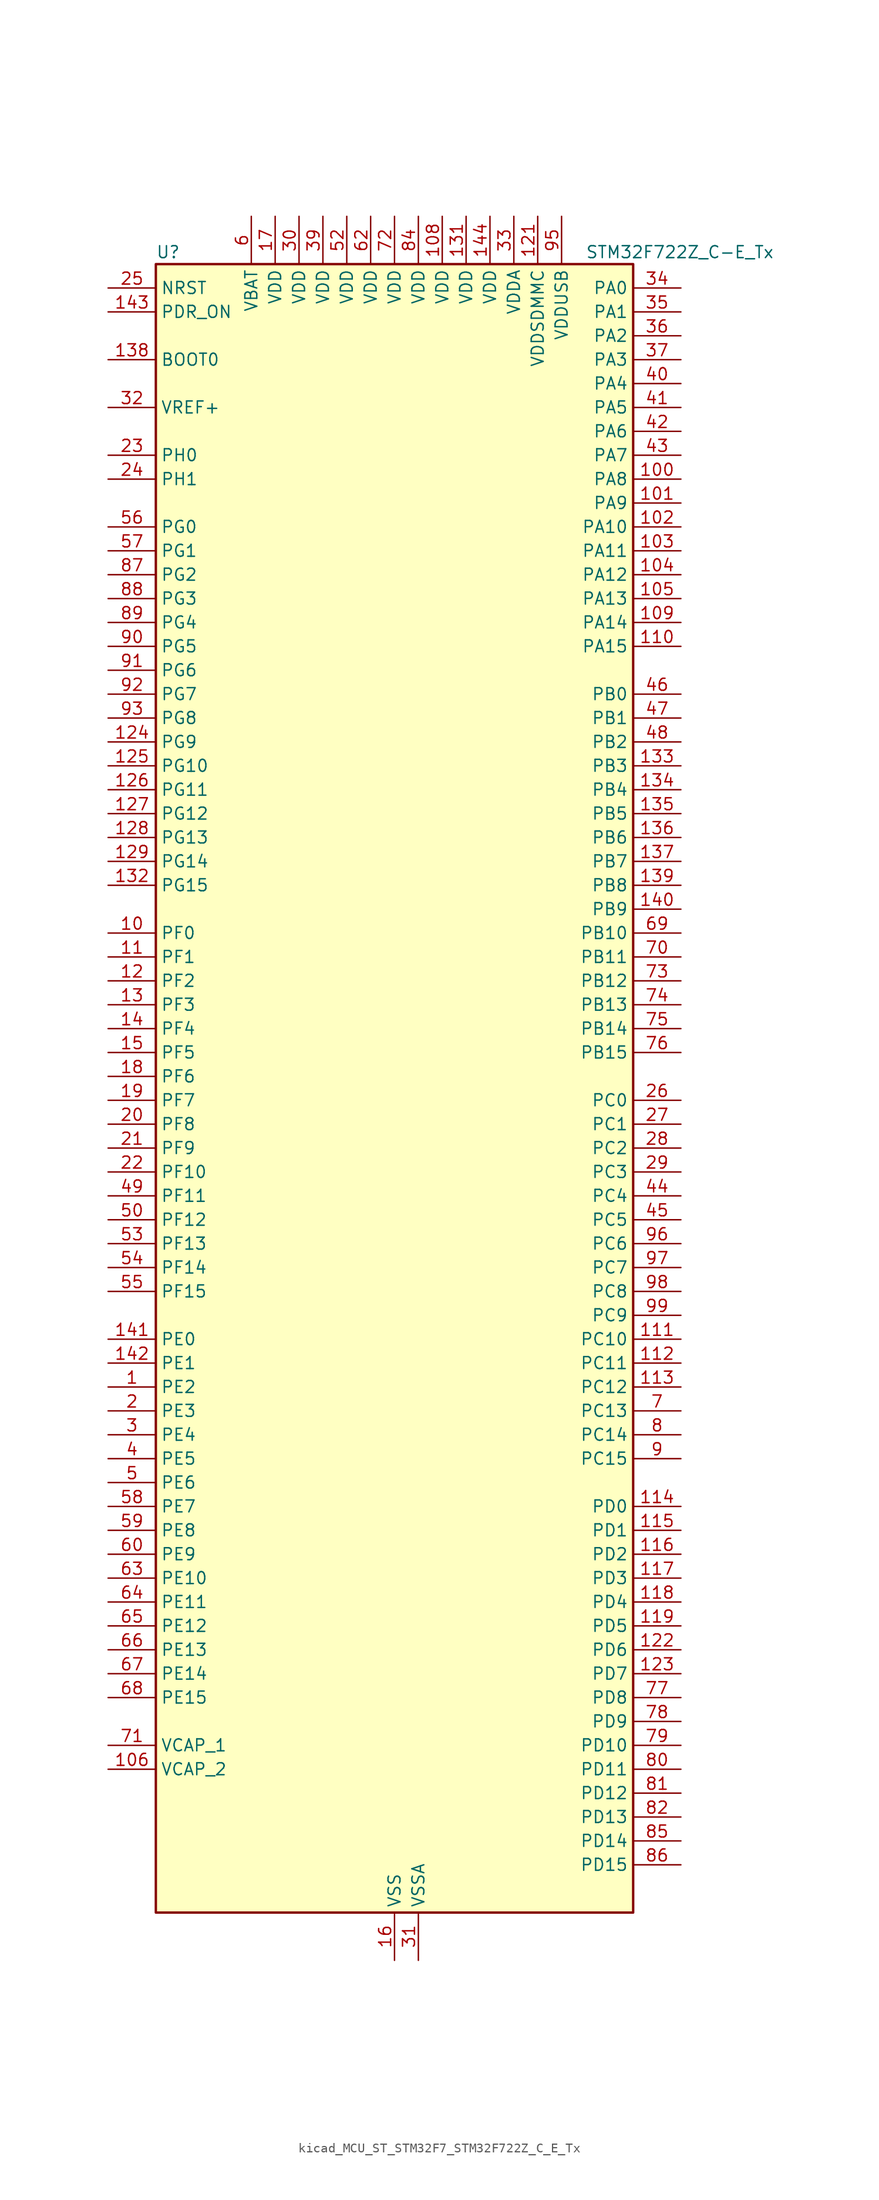
<source format=kicad_sym>
(kicad_symbol_lib
  (version 20220914)
  (generator kicad_symbol_editor)
  (symbol "kicad_MCU_ST_STM32F7_STM32F722Z_C_E_Tx"
    (property "Reference" "U"
      (at -25.4 90.17 0)
      (effects (font (size 1.27 1.27)) (justify left)))
    (property "Value" "STM32F722Z_C-E_Tx"
      (at 20.32 90.17 0)
      (effects (font (size 1.27 1.27)) (justify left)))
    (property "ki_locked" ""
      (at 0 0 0)
      (effects (font (size 1.27 1.27))))
    (symbol "kicad_MCU_ST_STM32F7_STM32F722Z_C_E_Tx_0_1"
      (rectangle (start -25.4 -86.36) (end 25.4 88.9) (stroke (width 0.254) (type default)) (fill (type background))))
    (symbol "kicad_MCU_ST_STM32F7_STM32F722Z_C_E_Tx_1_1"
      (pin bidirectional line (at -30.48 -30.48 0) (length 5.08) (name "PE2" (effects (font (size 1.27 1.27)))) (number "1" (effects (font (size 1.27 1.27)))) (alternate "FMC_A23" bidirectional line) (alternate "QUADSPI_BK1_IO2" bidirectional line) (alternate "SAI1_MCLK_A" bidirectional line) (alternate "SPI4_SCK" bidirectional line) (alternate "SYS_TRACECLK" bidirectional line))
      (pin bidirectional line (at -30.48 17.78 0) (length 5.08) (name "PF0" (effects (font (size 1.27 1.27)))) (number "10" (effects (font (size 1.27 1.27)))) (alternate "FMC_A0" bidirectional line) (alternate "I2C2_SDA" bidirectional line))
      (pin bidirectional line (at 30.48 66.04 180) (length 5.08) (name "PA8" (effects (font (size 1.27 1.27)))) (number "100" (effects (font (size 1.27 1.27)))) (alternate "I2C3_SCL" bidirectional line) (alternate "RCC_MCO_1" bidirectional line) (alternate "TIM1_CH1" bidirectional line) (alternate "TIM8_BKIN2" bidirectional line) (alternate "USART1_CK" bidirectional line) (alternate "USB_OTG_FS_SOF" bidirectional line))
      (pin bidirectional line (at 30.48 63.5 180) (length 5.08) (name "PA9" (effects (font (size 1.27 1.27)))) (number "101" (effects (font (size 1.27 1.27)))) (alternate "DAC_EXTI9" bidirectional line) (alternate "I2C3_SMBA" bidirectional line) (alternate "I2S2_CK" bidirectional line) (alternate "SPI2_SCK" bidirectional line) (alternate "TIM1_CH2" bidirectional line) (alternate "USART1_TX" bidirectional line) (alternate "USB_OTG_FS_VBUS" bidirectional line))
      (pin bidirectional line (at 30.48 60.96 180) (length 5.08) (name "PA10" (effects (font (size 1.27 1.27)))) (number "102" (effects (font (size 1.27 1.27)))) (alternate "TIM1_CH3" bidirectional line) (alternate "USART1_RX" bidirectional line) (alternate "USB_OTG_FS_ID" bidirectional line))
      (pin bidirectional line (at 30.48 58.42 180) (length 5.08) (name "PA11" (effects (font (size 1.27 1.27)))) (number "103" (effects (font (size 1.27 1.27)))) (alternate "ADC1_EXTI11" bidirectional line) (alternate "ADC2_EXTI11" bidirectional line) (alternate "ADC3_EXTI11" bidirectional line) (alternate "CAN1_RX" bidirectional line) (alternate "TIM1_CH4" bidirectional line) (alternate "USART1_CTS" bidirectional line) (alternate "USB_OTG_FS_DM" bidirectional line))
      (pin bidirectional line (at 30.48 55.88 180) (length 5.08) (name "PA12" (effects (font (size 1.27 1.27)))) (number "104" (effects (font (size 1.27 1.27)))) (alternate "CAN1_TX" bidirectional line) (alternate "SAI2_FS_B" bidirectional line) (alternate "TIM1_ETR" bidirectional line) (alternate "USART1_DE" bidirectional line) (alternate "USART1_RTS" bidirectional line) (alternate "USB_OTG_FS_DP" bidirectional line))
      (pin bidirectional line (at 30.48 53.34 180) (length 5.08) (name "PA13" (effects (font (size 1.27 1.27)))) (number "105" (effects (font (size 1.27 1.27)))) (alternate "SYS_JTMS-SWDIO" bidirectional line))
      (pin power_out line (at -30.48 -71.12 0) (length 5.08) (name "VCAP_2" (effects (font (size 1.27 1.27)))) (number "106" (effects (font (size 1.27 1.27)))))
      (pin passive line (at 0 -91.44 90) (length 5.08) hide (name "VSS" (effects (font (size 1.27 1.27)))) (number "107" (effects (font (size 1.27 1.27)))))
      (pin power_in line (at 5.08 93.98 270) (length 5.08) (name "VDD" (effects (font (size 1.27 1.27)))) (number "108" (effects (font (size 1.27 1.27)))))
      (pin bidirectional line (at 30.48 50.8 180) (length 5.08) (name "PA14" (effects (font (size 1.27 1.27)))) (number "109" (effects (font (size 1.27 1.27)))) (alternate "SYS_JTCK-SWCLK" bidirectional line))
      (pin bidirectional line (at -30.48 15.24 0) (length 5.08) (name "PF1" (effects (font (size 1.27 1.27)))) (number "11" (effects (font (size 1.27 1.27)))) (alternate "FMC_A1" bidirectional line) (alternate "I2C2_SCL" bidirectional line))
      (pin bidirectional line (at 30.48 48.26 180) (length 5.08) (name "PA15" (effects (font (size 1.27 1.27)))) (number "110" (effects (font (size 1.27 1.27)))) (alternate "I2S1_WS" bidirectional line) (alternate "I2S3_WS" bidirectional line) (alternate "SPI1_NSS" bidirectional line) (alternate "SPI3_NSS" bidirectional line) (alternate "SYS_JTDI" bidirectional line) (alternate "TIM2_CH1" bidirectional line) (alternate "TIM2_ETR" bidirectional line) (alternate "UART4_DE" bidirectional line) (alternate "UART4_RTS" bidirectional line))
      (pin bidirectional line (at 30.48 -25.4 180) (length 5.08) (name "PC10" (effects (font (size 1.27 1.27)))) (number "111" (effects (font (size 1.27 1.27)))) (alternate "I2S3_CK" bidirectional line) (alternate "QUADSPI_BK1_IO1" bidirectional line) (alternate "SDMMC1_D2" bidirectional line) (alternate "SPI3_SCK" bidirectional line) (alternate "UART4_TX" bidirectional line) (alternate "USART3_TX" bidirectional line))
      (pin bidirectional line (at 30.48 -27.94 180) (length 5.08) (name "PC11" (effects (font (size 1.27 1.27)))) (number "112" (effects (font (size 1.27 1.27)))) (alternate "ADC1_EXTI11" bidirectional line) (alternate "ADC2_EXTI11" bidirectional line) (alternate "ADC3_EXTI11" bidirectional line) (alternate "QUADSPI_BK2_NCS" bidirectional line) (alternate "SDMMC1_D3" bidirectional line) (alternate "SPI3_MISO" bidirectional line) (alternate "UART4_RX" bidirectional line) (alternate "USART3_RX" bidirectional line))
      (pin bidirectional line (at 30.48 -30.48 180) (length 5.08) (name "PC12" (effects (font (size 1.27 1.27)))) (number "113" (effects (font (size 1.27 1.27)))) (alternate "I2S3_SD" bidirectional line) (alternate "SDMMC1_CK" bidirectional line) (alternate "SPI3_MOSI" bidirectional line) (alternate "SYS_TRACED3" bidirectional line) (alternate "UART5_TX" bidirectional line) (alternate "USART3_CK" bidirectional line))
      (pin bidirectional line (at 30.48 -43.18 180) (length 5.08) (name "PD0" (effects (font (size 1.27 1.27)))) (number "114" (effects (font (size 1.27 1.27)))) (alternate "CAN1_RX" bidirectional line) (alternate "FMC_D2" bidirectional line) (alternate "FMC_DA2" bidirectional line))
      (pin bidirectional line (at 30.48 -45.72 180) (length 5.08) (name "PD1" (effects (font (size 1.27 1.27)))) (number "115" (effects (font (size 1.27 1.27)))) (alternate "CAN1_TX" bidirectional line) (alternate "FMC_D3" bidirectional line) (alternate "FMC_DA3" bidirectional line))
      (pin bidirectional line (at 30.48 -48.26 180) (length 5.08) (name "PD2" (effects (font (size 1.27 1.27)))) (number "116" (effects (font (size 1.27 1.27)))) (alternate "SDMMC1_CMD" bidirectional line) (alternate "SYS_TRACED2" bidirectional line) (alternate "TIM3_ETR" bidirectional line) (alternate "UART5_RX" bidirectional line))
      (pin bidirectional line (at 30.48 -50.8 180) (length 5.08) (name "PD3" (effects (font (size 1.27 1.27)))) (number "117" (effects (font (size 1.27 1.27)))) (alternate "FMC_CLK" bidirectional line) (alternate "I2S2_CK" bidirectional line) (alternate "SPI2_SCK" bidirectional line) (alternate "USART2_CTS" bidirectional line))
      (pin bidirectional line (at 30.48 -53.34 180) (length 5.08) (name "PD4" (effects (font (size 1.27 1.27)))) (number "118" (effects (font (size 1.27 1.27)))) (alternate "FMC_NOE" bidirectional line) (alternate "USART2_DE" bidirectional line) (alternate "USART2_RTS" bidirectional line))
      (pin bidirectional line (at 30.48 -55.88 180) (length 5.08) (name "PD5" (effects (font (size 1.27 1.27)))) (number "119" (effects (font (size 1.27 1.27)))) (alternate "FMC_NWE" bidirectional line) (alternate "USART2_TX" bidirectional line))
      (pin bidirectional line (at -30.48 12.7 0) (length 5.08) (name "PF2" (effects (font (size 1.27 1.27)))) (number "12" (effects (font (size 1.27 1.27)))) (alternate "FMC_A2" bidirectional line) (alternate "I2C2_SMBA" bidirectional line))
      (pin passive line (at 0 -91.44 90) (length 5.08) hide (name "VSS" (effects (font (size 1.27 1.27)))) (number "120" (effects (font (size 1.27 1.27)))))
      (pin power_in line (at 15.24 93.98 270) (length 5.08) (name "VDDSDMMC" (effects (font (size 1.27 1.27)))) (number "121" (effects (font (size 1.27 1.27)))))
      (pin bidirectional line (at 30.48 -58.42 180) (length 5.08) (name "PD6" (effects (font (size 1.27 1.27)))) (number "122" (effects (font (size 1.27 1.27)))) (alternate "FMC_NWAIT" bidirectional line) (alternate "I2S3_SD" bidirectional line) (alternate "SAI1_SD_A" bidirectional line) (alternate "SDMMC2_CK" bidirectional line) (alternate "SPI3_MOSI" bidirectional line) (alternate "USART2_RX" bidirectional line))
      (pin bidirectional line (at 30.48 -60.96 180) (length 5.08) (name "PD7" (effects (font (size 1.27 1.27)))) (number "123" (effects (font (size 1.27 1.27)))) (alternate "FMC_NE1" bidirectional line) (alternate "SDMMC2_CMD" bidirectional line) (alternate "USART2_CK" bidirectional line))
      (pin bidirectional line (at -30.48 38.1 0) (length 5.08) (name "PG9" (effects (font (size 1.27 1.27)))) (number "124" (effects (font (size 1.27 1.27)))) (alternate "DAC_EXTI9" bidirectional line) (alternate "FMC_NCE" bidirectional line) (alternate "FMC_NE2" bidirectional line) (alternate "QUADSPI_BK2_IO2" bidirectional line) (alternate "SAI2_FS_B" bidirectional line) (alternate "SDMMC2_D0" bidirectional line) (alternate "USART6_RX" bidirectional line))
      (pin bidirectional line (at -30.48 35.56 0) (length 5.08) (name "PG10" (effects (font (size 1.27 1.27)))) (number "125" (effects (font (size 1.27 1.27)))) (alternate "FMC_NE3" bidirectional line) (alternate "SAI2_SD_B" bidirectional line) (alternate "SDMMC2_D1" bidirectional line))
      (pin bidirectional line (at -30.48 33.02 0) (length 5.08) (name "PG11" (effects (font (size 1.27 1.27)))) (number "126" (effects (font (size 1.27 1.27)))) (alternate "ADC1_EXTI11" bidirectional line) (alternate "ADC2_EXTI11" bidirectional line) (alternate "ADC3_EXTI11" bidirectional line) (alternate "FMC_INT" bidirectional line) (alternate "SDMMC2_D2" bidirectional line))
      (pin bidirectional line (at -30.48 30.48 0) (length 5.08) (name "PG12" (effects (font (size 1.27 1.27)))) (number "127" (effects (font (size 1.27 1.27)))) (alternate "FMC_NE4" bidirectional line) (alternate "LPTIM1_IN1" bidirectional line) (alternate "SDMMC2_D3" bidirectional line) (alternate "USART6_DE" bidirectional line) (alternate "USART6_RTS" bidirectional line))
      (pin bidirectional line (at -30.48 27.94 0) (length 5.08) (name "PG13" (effects (font (size 1.27 1.27)))) (number "128" (effects (font (size 1.27 1.27)))) (alternate "FMC_A24" bidirectional line) (alternate "LPTIM1_OUT" bidirectional line) (alternate "SYS_TRACED0" bidirectional line) (alternate "USART6_CTS" bidirectional line))
      (pin bidirectional line (at -30.48 25.4 0) (length 5.08) (name "PG14" (effects (font (size 1.27 1.27)))) (number "129" (effects (font (size 1.27 1.27)))) (alternate "FMC_A25" bidirectional line) (alternate "LPTIM1_ETR" bidirectional line) (alternate "QUADSPI_BK2_IO3" bidirectional line) (alternate "SYS_TRACED1" bidirectional line) (alternate "USART6_TX" bidirectional line))
      (pin bidirectional line (at -30.48 10.16 0) (length 5.08) (name "PF3" (effects (font (size 1.27 1.27)))) (number "13" (effects (font (size 1.27 1.27)))) (alternate "ADC3_IN9" bidirectional line) (alternate "FMC_A3" bidirectional line))
      (pin passive line (at 0 -91.44 90) (length 5.08) hide (name "VSS" (effects (font (size 1.27 1.27)))) (number "130" (effects (font (size 1.27 1.27)))))
      (pin power_in line (at 7.62 93.98 270) (length 5.08) (name "VDD" (effects (font (size 1.27 1.27)))) (number "131" (effects (font (size 1.27 1.27)))))
      (pin bidirectional line (at -30.48 22.86 0) (length 5.08) (name "PG15" (effects (font (size 1.27 1.27)))) (number "132" (effects (font (size 1.27 1.27)))) (alternate "FMC_SDNCAS" bidirectional line) (alternate "USART6_CTS" bidirectional line))
      (pin bidirectional line (at 30.48 35.56 180) (length 5.08) (name "PB3" (effects (font (size 1.27 1.27)))) (number "133" (effects (font (size 1.27 1.27)))) (alternate "I2S1_CK" bidirectional line) (alternate "I2S3_CK" bidirectional line) (alternate "SDMMC2_D2" bidirectional line) (alternate "SPI1_SCK" bidirectional line) (alternate "SPI3_SCK" bidirectional line) (alternate "SYS_JTDO-SWO" bidirectional line) (alternate "TIM2_CH2" bidirectional line))
      (pin bidirectional line (at 30.48 33.02 180) (length 5.08) (name "PB4" (effects (font (size 1.27 1.27)))) (number "134" (effects (font (size 1.27 1.27)))) (alternate "I2S2_WS" bidirectional line) (alternate "SDMMC2_D3" bidirectional line) (alternate "SPI1_MISO" bidirectional line) (alternate "SPI2_NSS" bidirectional line) (alternate "SPI3_MISO" bidirectional line) (alternate "SYS_JTRST" bidirectional line) (alternate "TIM3_CH1" bidirectional line))
      (pin bidirectional line (at 30.48 30.48 180) (length 5.08) (name "PB5" (effects (font (size 1.27 1.27)))) (number "135" (effects (font (size 1.27 1.27)))) (alternate "FMC_SDCKE1" bidirectional line) (alternate "I2C1_SMBA" bidirectional line) (alternate "I2S1_SD" bidirectional line) (alternate "I2S3_SD" bidirectional line) (alternate "SPI1_MOSI" bidirectional line) (alternate "SPI3_MOSI" bidirectional line) (alternate "TIM3_CH2" bidirectional line) (alternate "USB_OTG_HS_ULPI_D7" bidirectional line))
      (pin bidirectional line (at 30.48 27.94 180) (length 5.08) (name "PB6" (effects (font (size 1.27 1.27)))) (number "136" (effects (font (size 1.27 1.27)))) (alternate "FMC_SDNE1" bidirectional line) (alternate "I2C1_SCL" bidirectional line) (alternate "QUADSPI_BK1_NCS" bidirectional line) (alternate "TIM4_CH1" bidirectional line) (alternate "USART1_TX" bidirectional line))
      (pin bidirectional line (at 30.48 25.4 180) (length 5.08) (name "PB7" (effects (font (size 1.27 1.27)))) (number "137" (effects (font (size 1.27 1.27)))) (alternate "FMC_NL" bidirectional line) (alternate "I2C1_SDA" bidirectional line) (alternate "TIM4_CH2" bidirectional line) (alternate "USART1_RX" bidirectional line))
      (pin input line (at -30.48 78.74 0) (length 5.08) (name "BOOT0" (effects (font (size 1.27 1.27)))) (number "138" (effects (font (size 1.27 1.27)))))
      (pin bidirectional line (at 30.48 22.86 180) (length 5.08) (name "PB8" (effects (font (size 1.27 1.27)))) (number "139" (effects (font (size 1.27 1.27)))) (alternate "CAN1_RX" bidirectional line) (alternate "I2C1_SCL" bidirectional line) (alternate "SDMMC1_D4" bidirectional line) (alternate "SDMMC2_D4" bidirectional line) (alternate "TIM10_CH1" bidirectional line) (alternate "TIM4_CH3" bidirectional line))
      (pin bidirectional line (at -30.48 7.62 0) (length 5.08) (name "PF4" (effects (font (size 1.27 1.27)))) (number "14" (effects (font (size 1.27 1.27)))) (alternate "ADC3_IN14" bidirectional line) (alternate "FMC_A4" bidirectional line))
      (pin bidirectional line (at 30.48 20.32 180) (length 5.08) (name "PB9" (effects (font (size 1.27 1.27)))) (number "140" (effects (font (size 1.27 1.27)))) (alternate "CAN1_TX" bidirectional line) (alternate "DAC_EXTI9" bidirectional line) (alternate "I2C1_SDA" bidirectional line) (alternate "I2S2_WS" bidirectional line) (alternate "SDMMC1_D5" bidirectional line) (alternate "SDMMC2_D5" bidirectional line) (alternate "SPI2_NSS" bidirectional line) (alternate "TIM11_CH1" bidirectional line) (alternate "TIM4_CH4" bidirectional line))
      (pin bidirectional line (at -30.48 -25.4 0) (length 5.08) (name "PE0" (effects (font (size 1.27 1.27)))) (number "141" (effects (font (size 1.27 1.27)))) (alternate "FMC_NBL0" bidirectional line) (alternate "LPTIM1_ETR" bidirectional line) (alternate "SAI2_MCLK_A" bidirectional line) (alternate "TIM4_ETR" bidirectional line) (alternate "UART8_RX" bidirectional line))
      (pin bidirectional line (at -30.48 -27.94 0) (length 5.08) (name "PE1" (effects (font (size 1.27 1.27)))) (number "142" (effects (font (size 1.27 1.27)))) (alternate "FMC_NBL1" bidirectional line) (alternate "LPTIM1_IN2" bidirectional line) (alternate "UART8_TX" bidirectional line))
      (pin input line (at -30.48 83.82 0) (length 5.08) (name "PDR_ON" (effects (font (size 1.27 1.27)))) (number "143" (effects (font (size 1.27 1.27)))))
      (pin power_in line (at 10.16 93.98 270) (length 5.08) (name "VDD" (effects (font (size 1.27 1.27)))) (number "144" (effects (font (size 1.27 1.27)))))
      (pin bidirectional line (at -30.48 5.08 0) (length 5.08) (name "PF5" (effects (font (size 1.27 1.27)))) (number "15" (effects (font (size 1.27 1.27)))) (alternate "ADC3_IN15" bidirectional line) (alternate "FMC_A5" bidirectional line))
      (pin power_in line (at 0 -91.44 90) (length 5.08) (name "VSS" (effects (font (size 1.27 1.27)))) (number "16" (effects (font (size 1.27 1.27)))))
      (pin power_in line (at -12.7 93.98 270) (length 5.08) (name "VDD" (effects (font (size 1.27 1.27)))) (number "17" (effects (font (size 1.27 1.27)))))
      (pin bidirectional line (at -30.48 2.54 0) (length 5.08) (name "PF6" (effects (font (size 1.27 1.27)))) (number "18" (effects (font (size 1.27 1.27)))) (alternate "ADC3_IN4" bidirectional line) (alternate "QUADSPI_BK1_IO3" bidirectional line) (alternate "SAI1_SD_B" bidirectional line) (alternate "SPI5_NSS" bidirectional line) (alternate "TIM10_CH1" bidirectional line) (alternate "UART7_RX" bidirectional line))
      (pin bidirectional line (at -30.48 0 0) (length 5.08) (name "PF7" (effects (font (size 1.27 1.27)))) (number "19" (effects (font (size 1.27 1.27)))) (alternate "ADC3_IN5" bidirectional line) (alternate "QUADSPI_BK1_IO2" bidirectional line) (alternate "SAI1_MCLK_B" bidirectional line) (alternate "SPI5_SCK" bidirectional line) (alternate "TIM11_CH1" bidirectional line) (alternate "UART7_TX" bidirectional line))
      (pin bidirectional line (at -30.48 -33.02 0) (length 5.08) (name "PE3" (effects (font (size 1.27 1.27)))) (number "2" (effects (font (size 1.27 1.27)))) (alternate "FMC_A19" bidirectional line) (alternate "SAI1_SD_B" bidirectional line) (alternate "SYS_TRACED0" bidirectional line))
      (pin bidirectional line (at -30.48 -2.54 0) (length 5.08) (name "PF8" (effects (font (size 1.27 1.27)))) (number "20" (effects (font (size 1.27 1.27)))) (alternate "ADC3_IN6" bidirectional line) (alternate "QUADSPI_BK1_IO0" bidirectional line) (alternate "SAI1_SCK_B" bidirectional line) (alternate "SPI5_MISO" bidirectional line) (alternate "TIM13_CH1" bidirectional line) (alternate "UART7_DE" bidirectional line) (alternate "UART7_RTS" bidirectional line))
      (pin bidirectional line (at -30.48 -5.08 0) (length 5.08) (name "PF9" (effects (font (size 1.27 1.27)))) (number "21" (effects (font (size 1.27 1.27)))) (alternate "ADC3_IN7" bidirectional line) (alternate "DAC_EXTI9" bidirectional line) (alternate "QUADSPI_BK1_IO1" bidirectional line) (alternate "SAI1_FS_B" bidirectional line) (alternate "SPI5_MOSI" bidirectional line) (alternate "TIM14_CH1" bidirectional line) (alternate "UART7_CTS" bidirectional line))
      (pin bidirectional line (at -30.48 -7.62 0) (length 5.08) (name "PF10" (effects (font (size 1.27 1.27)))) (number "22" (effects (font (size 1.27 1.27)))) (alternate "ADC3_IN8" bidirectional line))
      (pin bidirectional line (at -30.48 68.58 0) (length 5.08) (name "PH0" (effects (font (size 1.27 1.27)))) (number "23" (effects (font (size 1.27 1.27)))) (alternate "RCC_OSC_IN" bidirectional line))
      (pin bidirectional line (at -30.48 66.04 0) (length 5.08) (name "PH1" (effects (font (size 1.27 1.27)))) (number "24" (effects (font (size 1.27 1.27)))) (alternate "RCC_OSC_OUT" bidirectional line))
      (pin input line (at -30.48 86.36 0) (length 5.08) (name "NRST" (effects (font (size 1.27 1.27)))) (number "25" (effects (font (size 1.27 1.27)))))
      (pin bidirectional line (at 30.48 0 180) (length 5.08) (name "PC0" (effects (font (size 1.27 1.27)))) (number "26" (effects (font (size 1.27 1.27)))) (alternate "ADC1_IN10" bidirectional line) (alternate "ADC2_IN10" bidirectional line) (alternate "ADC3_IN10" bidirectional line) (alternate "FMC_SDNWE" bidirectional line) (alternate "SAI2_FS_B" bidirectional line) (alternate "USB_OTG_HS_ULPI_STP" bidirectional line))
      (pin bidirectional line (at 30.48 -2.54 180) (length 5.08) (name "PC1" (effects (font (size 1.27 1.27)))) (number "27" (effects (font (size 1.27 1.27)))) (alternate "ADC1_IN11" bidirectional line) (alternate "ADC2_IN11" bidirectional line) (alternate "ADC3_IN11" bidirectional line) (alternate "I2S2_SD" bidirectional line) (alternate "RTC_TAMP3" bidirectional line) (alternate "RTC_TS" bidirectional line) (alternate "SAI1_SD_A" bidirectional line) (alternate "SPI2_MOSI" bidirectional line) (alternate "SYS_TRACED0" bidirectional line) (alternate "SYS_WKUP3" bidirectional line))
      (pin bidirectional line (at 30.48 -5.08 180) (length 5.08) (name "PC2" (effects (font (size 1.27 1.27)))) (number "28" (effects (font (size 1.27 1.27)))) (alternate "ADC1_IN12" bidirectional line) (alternate "ADC2_IN12" bidirectional line) (alternate "ADC3_IN12" bidirectional line) (alternate "FMC_SDNE0" bidirectional line) (alternate "SPI2_MISO" bidirectional line) (alternate "USB_OTG_HS_ULPI_DIR" bidirectional line))
      (pin bidirectional line (at 30.48 -7.62 180) (length 5.08) (name "PC3" (effects (font (size 1.27 1.27)))) (number "29" (effects (font (size 1.27 1.27)))) (alternate "ADC1_IN13" bidirectional line) (alternate "ADC2_IN13" bidirectional line) (alternate "ADC3_IN13" bidirectional line) (alternate "FMC_SDCKE0" bidirectional line) (alternate "I2S2_SD" bidirectional line) (alternate "SPI2_MOSI" bidirectional line) (alternate "USB_OTG_HS_ULPI_NXT" bidirectional line))
      (pin bidirectional line (at -30.48 -35.56 0) (length 5.08) (name "PE4" (effects (font (size 1.27 1.27)))) (number "3" (effects (font (size 1.27 1.27)))) (alternate "FMC_A20" bidirectional line) (alternate "SAI1_FS_A" bidirectional line) (alternate "SPI4_NSS" bidirectional line) (alternate "SYS_TRACED1" bidirectional line))
      (pin power_in line (at -10.16 93.98 270) (length 5.08) (name "VDD" (effects (font (size 1.27 1.27)))) (number "30" (effects (font (size 1.27 1.27)))))
      (pin power_in line (at 2.54 -91.44 90) (length 5.08) (name "VSSA" (effects (font (size 1.27 1.27)))) (number "31" (effects (font (size 1.27 1.27)))))
      (pin input line (at -30.48 73.66 0) (length 5.08) (name "VREF+" (effects (font (size 1.27 1.27)))) (number "32" (effects (font (size 1.27 1.27)))))
      (pin power_in line (at 12.7 93.98 270) (length 5.08) (name "VDDA" (effects (font (size 1.27 1.27)))) (number "33" (effects (font (size 1.27 1.27)))))
      (pin bidirectional line (at 30.48 86.36 180) (length 5.08) (name "PA0" (effects (font (size 1.27 1.27)))) (number "34" (effects (font (size 1.27 1.27)))) (alternate "ADC1_IN0" bidirectional line) (alternate "ADC2_IN0" bidirectional line) (alternate "ADC3_IN0" bidirectional line) (alternate "SAI2_SD_B" bidirectional line) (alternate "SYS_WKUP1" bidirectional line) (alternate "TIM2_CH1" bidirectional line) (alternate "TIM2_ETR" bidirectional line) (alternate "TIM5_CH1" bidirectional line) (alternate "TIM8_ETR" bidirectional line) (alternate "UART4_TX" bidirectional line) (alternate "USART2_CTS" bidirectional line))
      (pin bidirectional line (at 30.48 83.82 180) (length 5.08) (name "PA1" (effects (font (size 1.27 1.27)))) (number "35" (effects (font (size 1.27 1.27)))) (alternate "ADC1_IN1" bidirectional line) (alternate "ADC2_IN1" bidirectional line) (alternate "ADC3_IN1" bidirectional line) (alternate "QUADSPI_BK1_IO3" bidirectional line) (alternate "SAI2_MCLK_B" bidirectional line) (alternate "TIM2_CH2" bidirectional line) (alternate "TIM5_CH2" bidirectional line) (alternate "UART4_RX" bidirectional line) (alternate "USART2_DE" bidirectional line) (alternate "USART2_RTS" bidirectional line))
      (pin bidirectional line (at 30.48 81.28 180) (length 5.08) (name "PA2" (effects (font (size 1.27 1.27)))) (number "36" (effects (font (size 1.27 1.27)))) (alternate "ADC1_IN2" bidirectional line) (alternate "ADC2_IN2" bidirectional line) (alternate "ADC3_IN2" bidirectional line) (alternate "SAI2_SCK_B" bidirectional line) (alternate "SYS_WKUP2" bidirectional line) (alternate "TIM2_CH3" bidirectional line) (alternate "TIM5_CH3" bidirectional line) (alternate "TIM9_CH1" bidirectional line) (alternate "USART2_TX" bidirectional line))
      (pin bidirectional line (at 30.48 78.74 180) (length 5.08) (name "PA3" (effects (font (size 1.27 1.27)))) (number "37" (effects (font (size 1.27 1.27)))) (alternate "ADC1_IN3" bidirectional line) (alternate "ADC2_IN3" bidirectional line) (alternate "ADC3_IN3" bidirectional line) (alternate "TIM2_CH4" bidirectional line) (alternate "TIM5_CH4" bidirectional line) (alternate "TIM9_CH2" bidirectional line) (alternate "USART2_RX" bidirectional line) (alternate "USB_OTG_HS_ULPI_D0" bidirectional line))
      (pin passive line (at 0 -91.44 90) (length 5.08) hide (name "VSS" (effects (font (size 1.27 1.27)))) (number "38" (effects (font (size 1.27 1.27)))))
      (pin power_in line (at -7.62 93.98 270) (length 5.08) (name "VDD" (effects (font (size 1.27 1.27)))) (number "39" (effects (font (size 1.27 1.27)))))
      (pin bidirectional line (at -30.48 -38.1 0) (length 5.08) (name "PE5" (effects (font (size 1.27 1.27)))) (number "4" (effects (font (size 1.27 1.27)))) (alternate "FMC_A21" bidirectional line) (alternate "SAI1_SCK_A" bidirectional line) (alternate "SPI4_MISO" bidirectional line) (alternate "SYS_TRACED2" bidirectional line) (alternate "TIM9_CH1" bidirectional line))
      (pin bidirectional line (at 30.48 76.2 180) (length 5.08) (name "PA4" (effects (font (size 1.27 1.27)))) (number "40" (effects (font (size 1.27 1.27)))) (alternate "ADC1_IN4" bidirectional line) (alternate "ADC2_IN4" bidirectional line) (alternate "DAC_OUT1" bidirectional line) (alternate "I2S1_WS" bidirectional line) (alternate "I2S3_WS" bidirectional line) (alternate "SPI1_NSS" bidirectional line) (alternate "SPI3_NSS" bidirectional line) (alternate "USART2_CK" bidirectional line) (alternate "USB_OTG_HS_SOF" bidirectional line))
      (pin bidirectional line (at 30.48 73.66 180) (length 5.08) (name "PA5" (effects (font (size 1.27 1.27)))) (number "41" (effects (font (size 1.27 1.27)))) (alternate "ADC1_IN5" bidirectional line) (alternate "ADC2_IN5" bidirectional line) (alternate "DAC_OUT2" bidirectional line) (alternate "I2S1_CK" bidirectional line) (alternate "SPI1_SCK" bidirectional line) (alternate "TIM2_CH1" bidirectional line) (alternate "TIM2_ETR" bidirectional line) (alternate "TIM8_CH1N" bidirectional line) (alternate "USB_OTG_HS_ULPI_CK" bidirectional line))
      (pin bidirectional line (at 30.48 71.12 180) (length 5.08) (name "PA6" (effects (font (size 1.27 1.27)))) (number "42" (effects (font (size 1.27 1.27)))) (alternate "ADC1_IN6" bidirectional line) (alternate "ADC2_IN6" bidirectional line) (alternate "SPI1_MISO" bidirectional line) (alternate "TIM13_CH1" bidirectional line) (alternate "TIM1_BKIN" bidirectional line) (alternate "TIM3_CH1" bidirectional line) (alternate "TIM8_BKIN" bidirectional line))
      (pin bidirectional line (at 30.48 68.58 180) (length 5.08) (name "PA7" (effects (font (size 1.27 1.27)))) (number "43" (effects (font (size 1.27 1.27)))) (alternate "ADC1_IN7" bidirectional line) (alternate "ADC2_IN7" bidirectional line) (alternate "FMC_SDNWE" bidirectional line) (alternate "I2S1_SD" bidirectional line) (alternate "SPI1_MOSI" bidirectional line) (alternate "TIM14_CH1" bidirectional line) (alternate "TIM1_CH1N" bidirectional line) (alternate "TIM3_CH2" bidirectional line) (alternate "TIM8_CH1N" bidirectional line))
      (pin bidirectional line (at 30.48 -10.16 180) (length 5.08) (name "PC4" (effects (font (size 1.27 1.27)))) (number "44" (effects (font (size 1.27 1.27)))) (alternate "ADC1_IN14" bidirectional line) (alternate "ADC2_IN14" bidirectional line) (alternate "FMC_SDNE0" bidirectional line) (alternate "I2S1_MCK" bidirectional line))
      (pin bidirectional line (at 30.48 -12.7 180) (length 5.08) (name "PC5" (effects (font (size 1.27 1.27)))) (number "45" (effects (font (size 1.27 1.27)))) (alternate "ADC1_IN15" bidirectional line) (alternate "ADC2_IN15" bidirectional line) (alternate "FMC_SDCKE0" bidirectional line))
      (pin bidirectional line (at 30.48 43.18 180) (length 5.08) (name "PB0" (effects (font (size 1.27 1.27)))) (number "46" (effects (font (size 1.27 1.27)))) (alternate "ADC1_IN8" bidirectional line) (alternate "ADC2_IN8" bidirectional line) (alternate "TIM1_CH2N" bidirectional line) (alternate "TIM3_CH3" bidirectional line) (alternate "TIM8_CH2N" bidirectional line) (alternate "UART4_CTS" bidirectional line) (alternate "USB_OTG_HS_ULPI_D1" bidirectional line))
      (pin bidirectional line (at 30.48 40.64 180) (length 5.08) (name "PB1" (effects (font (size 1.27 1.27)))) (number "47" (effects (font (size 1.27 1.27)))) (alternate "ADC1_IN9" bidirectional line) (alternate "ADC2_IN9" bidirectional line) (alternate "TIM1_CH3N" bidirectional line) (alternate "TIM3_CH4" bidirectional line) (alternate "TIM8_CH3N" bidirectional line) (alternate "USB_OTG_HS_ULPI_D2" bidirectional line))
      (pin bidirectional line (at 30.48 38.1 180) (length 5.08) (name "PB2" (effects (font (size 1.27 1.27)))) (number "48" (effects (font (size 1.27 1.27)))) (alternate "I2S3_SD" bidirectional line) (alternate "QUADSPI_CLK" bidirectional line) (alternate "SAI1_SD_A" bidirectional line) (alternate "SPI3_MOSI" bidirectional line))
      (pin bidirectional line (at -30.48 -10.16 0) (length 5.08) (name "PF11" (effects (font (size 1.27 1.27)))) (number "49" (effects (font (size 1.27 1.27)))) (alternate "ADC1_EXTI11" bidirectional line) (alternate "ADC2_EXTI11" bidirectional line) (alternate "ADC3_EXTI11" bidirectional line) (alternate "FMC_SDNRAS" bidirectional line) (alternate "SAI2_SD_B" bidirectional line) (alternate "SPI5_MOSI" bidirectional line))
      (pin bidirectional line (at -30.48 -40.64 0) (length 5.08) (name "PE6" (effects (font (size 1.27 1.27)))) (number "5" (effects (font (size 1.27 1.27)))) (alternate "FMC_A22" bidirectional line) (alternate "SAI1_SD_A" bidirectional line) (alternate "SAI2_MCLK_B" bidirectional line) (alternate "SPI4_MOSI" bidirectional line) (alternate "SYS_TRACED3" bidirectional line) (alternate "TIM1_BKIN2" bidirectional line) (alternate "TIM9_CH2" bidirectional line))
      (pin bidirectional line (at -30.48 -12.7 0) (length 5.08) (name "PF12" (effects (font (size 1.27 1.27)))) (number "50" (effects (font (size 1.27 1.27)))) (alternate "FMC_A6" bidirectional line))
      (pin passive line (at 0 -91.44 90) (length 5.08) hide (name "VSS" (effects (font (size 1.27 1.27)))) (number "51" (effects (font (size 1.27 1.27)))))
      (pin power_in line (at -5.08 93.98 270) (length 5.08) (name "VDD" (effects (font (size 1.27 1.27)))) (number "52" (effects (font (size 1.27 1.27)))))
      (pin bidirectional line (at -30.48 -15.24 0) (length 5.08) (name "PF13" (effects (font (size 1.27 1.27)))) (number "53" (effects (font (size 1.27 1.27)))) (alternate "FMC_A7" bidirectional line))
      (pin bidirectional line (at -30.48 -17.78 0) (length 5.08) (name "PF14" (effects (font (size 1.27 1.27)))) (number "54" (effects (font (size 1.27 1.27)))) (alternate "FMC_A8" bidirectional line))
      (pin bidirectional line (at -30.48 -20.32 0) (length 5.08) (name "PF15" (effects (font (size 1.27 1.27)))) (number "55" (effects (font (size 1.27 1.27)))) (alternate "FMC_A9" bidirectional line))
      (pin bidirectional line (at -30.48 60.96 0) (length 5.08) (name "PG0" (effects (font (size 1.27 1.27)))) (number "56" (effects (font (size 1.27 1.27)))) (alternate "FMC_A10" bidirectional line))
      (pin bidirectional line (at -30.48 58.42 0) (length 5.08) (name "PG1" (effects (font (size 1.27 1.27)))) (number "57" (effects (font (size 1.27 1.27)))) (alternate "FMC_A11" bidirectional line))
      (pin bidirectional line (at -30.48 -43.18 0) (length 5.08) (name "PE7" (effects (font (size 1.27 1.27)))) (number "58" (effects (font (size 1.27 1.27)))) (alternate "FMC_D4" bidirectional line) (alternate "FMC_DA4" bidirectional line) (alternate "QUADSPI_BK2_IO0" bidirectional line) (alternate "TIM1_ETR" bidirectional line) (alternate "UART7_RX" bidirectional line))
      (pin bidirectional line (at -30.48 -45.72 0) (length 5.08) (name "PE8" (effects (font (size 1.27 1.27)))) (number "59" (effects (font (size 1.27 1.27)))) (alternate "FMC_D5" bidirectional line) (alternate "FMC_DA5" bidirectional line) (alternate "QUADSPI_BK2_IO1" bidirectional line) (alternate "TIM1_CH1N" bidirectional line) (alternate "UART7_TX" bidirectional line))
      (pin power_in line (at -15.24 93.98 270) (length 5.08) (name "VBAT" (effects (font (size 1.27 1.27)))) (number "6" (effects (font (size 1.27 1.27)))))
      (pin bidirectional line (at -30.48 -48.26 0) (length 5.08) (name "PE9" (effects (font (size 1.27 1.27)))) (number "60" (effects (font (size 1.27 1.27)))) (alternate "DAC_EXTI9" bidirectional line) (alternate "FMC_D6" bidirectional line) (alternate "FMC_DA6" bidirectional line) (alternate "QUADSPI_BK2_IO2" bidirectional line) (alternate "TIM1_CH1" bidirectional line) (alternate "UART7_DE" bidirectional line) (alternate "UART7_RTS" bidirectional line))
      (pin passive line (at 0 -91.44 90) (length 5.08) hide (name "VSS" (effects (font (size 1.27 1.27)))) (number "61" (effects (font (size 1.27 1.27)))))
      (pin power_in line (at -2.54 93.98 270) (length 5.08) (name "VDD" (effects (font (size 1.27 1.27)))) (number "62" (effects (font (size 1.27 1.27)))))
      (pin bidirectional line (at -30.48 -50.8 0) (length 5.08) (name "PE10" (effects (font (size 1.27 1.27)))) (number "63" (effects (font (size 1.27 1.27)))) (alternate "FMC_D7" bidirectional line) (alternate "FMC_DA7" bidirectional line) (alternate "QUADSPI_BK2_IO3" bidirectional line) (alternate "TIM1_CH2N" bidirectional line) (alternate "UART7_CTS" bidirectional line))
      (pin bidirectional line (at -30.48 -53.34 0) (length 5.08) (name "PE11" (effects (font (size 1.27 1.27)))) (number "64" (effects (font (size 1.27 1.27)))) (alternate "ADC1_EXTI11" bidirectional line) (alternate "ADC2_EXTI11" bidirectional line) (alternate "ADC3_EXTI11" bidirectional line) (alternate "FMC_D8" bidirectional line) (alternate "FMC_DA8" bidirectional line) (alternate "SAI2_SD_B" bidirectional line) (alternate "SPI4_NSS" bidirectional line) (alternate "TIM1_CH2" bidirectional line))
      (pin bidirectional line (at -30.48 -55.88 0) (length 5.08) (name "PE12" (effects (font (size 1.27 1.27)))) (number "65" (effects (font (size 1.27 1.27)))) (alternate "FMC_D9" bidirectional line) (alternate "FMC_DA9" bidirectional line) (alternate "SAI2_SCK_B" bidirectional line) (alternate "SPI4_SCK" bidirectional line) (alternate "TIM1_CH3N" bidirectional line))
      (pin bidirectional line (at -30.48 -58.42 0) (length 5.08) (name "PE13" (effects (font (size 1.27 1.27)))) (number "66" (effects (font (size 1.27 1.27)))) (alternate "FMC_D10" bidirectional line) (alternate "FMC_DA10" bidirectional line) (alternate "SAI2_FS_B" bidirectional line) (alternate "SPI4_MISO" bidirectional line) (alternate "TIM1_CH3" bidirectional line))
      (pin bidirectional line (at -30.48 -60.96 0) (length 5.08) (name "PE14" (effects (font (size 1.27 1.27)))) (number "67" (effects (font (size 1.27 1.27)))) (alternate "FMC_D11" bidirectional line) (alternate "FMC_DA11" bidirectional line) (alternate "SAI2_MCLK_B" bidirectional line) (alternate "SPI4_MOSI" bidirectional line) (alternate "TIM1_CH4" bidirectional line))
      (pin bidirectional line (at -30.48 -63.5 0) (length 5.08) (name "PE15" (effects (font (size 1.27 1.27)))) (number "68" (effects (font (size 1.27 1.27)))) (alternate "FMC_D12" bidirectional line) (alternate "FMC_DA12" bidirectional line) (alternate "TIM1_BKIN" bidirectional line))
      (pin bidirectional line (at 30.48 17.78 180) (length 5.08) (name "PB10" (effects (font (size 1.27 1.27)))) (number "69" (effects (font (size 1.27 1.27)))) (alternate "I2C2_SCL" bidirectional line) (alternate "I2S2_CK" bidirectional line) (alternate "SPI2_SCK" bidirectional line) (alternate "TIM2_CH3" bidirectional line) (alternate "USART3_TX" bidirectional line) (alternate "USB_OTG_HS_ULPI_D3" bidirectional line))
      (pin bidirectional line (at 30.48 -33.02 180) (length 5.08) (name "PC13" (effects (font (size 1.27 1.27)))) (number "7" (effects (font (size 1.27 1.27)))) (alternate "RTC_OUT" bidirectional line) (alternate "RTC_TAMP1" bidirectional line) (alternate "RTC_TS" bidirectional line) (alternate "SYS_WKUP4" bidirectional line))
      (pin bidirectional line (at 30.48 15.24 180) (length 5.08) (name "PB11" (effects (font (size 1.27 1.27)))) (number "70" (effects (font (size 1.27 1.27)))) (alternate "ADC1_EXTI11" bidirectional line) (alternate "ADC2_EXTI11" bidirectional line) (alternate "ADC3_EXTI11" bidirectional line) (alternate "I2C2_SDA" bidirectional line) (alternate "TIM2_CH4" bidirectional line) (alternate "USART3_RX" bidirectional line) (alternate "USB_OTG_HS_ULPI_D4" bidirectional line))
      (pin power_out line (at -30.48 -68.58 0) (length 5.08) (name "VCAP_1" (effects (font (size 1.27 1.27)))) (number "71" (effects (font (size 1.27 1.27)))))
      (pin power_in line (at 0 93.98 270) (length 5.08) (name "VDD" (effects (font (size 1.27 1.27)))) (number "72" (effects (font (size 1.27 1.27)))))
      (pin bidirectional line (at 30.48 12.7 180) (length 5.08) (name "PB12" (effects (font (size 1.27 1.27)))) (number "73" (effects (font (size 1.27 1.27)))) (alternate "I2C2_SMBA" bidirectional line) (alternate "I2S2_WS" bidirectional line) (alternate "SPI2_NSS" bidirectional line) (alternate "TIM1_BKIN" bidirectional line) (alternate "USART3_CK" bidirectional line) (alternate "USB_OTG_HS_ID" bidirectional line) (alternate "USB_OTG_HS_ULPI_D5" bidirectional line))
      (pin bidirectional line (at 30.48 10.16 180) (length 5.08) (name "PB13" (effects (font (size 1.27 1.27)))) (number "74" (effects (font (size 1.27 1.27)))) (alternate "I2S2_CK" bidirectional line) (alternate "SPI2_SCK" bidirectional line) (alternate "TIM1_CH1N" bidirectional line) (alternate "USART3_CTS" bidirectional line) (alternate "USB_OTG_HS_ULPI_D6" bidirectional line) (alternate "USB_OTG_HS_VBUS" bidirectional line))
      (pin bidirectional line (at 30.48 7.62 180) (length 5.08) (name "PB14" (effects (font (size 1.27 1.27)))) (number "75" (effects (font (size 1.27 1.27)))) (alternate "SDMMC2_D0" bidirectional line) (alternate "SPI2_MISO" bidirectional line) (alternate "TIM12_CH1" bidirectional line) (alternate "TIM1_CH2N" bidirectional line) (alternate "TIM8_CH2N" bidirectional line) (alternate "USART3_DE" bidirectional line) (alternate "USART3_RTS" bidirectional line) (alternate "USB_OTG_HS_DM" bidirectional line))
      (pin bidirectional line (at 30.48 5.08 180) (length 5.08) (name "PB15" (effects (font (size 1.27 1.27)))) (number "76" (effects (font (size 1.27 1.27)))) (alternate "I2S2_SD" bidirectional line) (alternate "RTC_REFIN" bidirectional line) (alternate "SDMMC2_D1" bidirectional line) (alternate "SPI2_MOSI" bidirectional line) (alternate "TIM12_CH2" bidirectional line) (alternate "TIM1_CH3N" bidirectional line) (alternate "TIM8_CH3N" bidirectional line) (alternate "USB_OTG_HS_DP" bidirectional line))
      (pin bidirectional line (at 30.48 -63.5 180) (length 5.08) (name "PD8" (effects (font (size 1.27 1.27)))) (number "77" (effects (font (size 1.27 1.27)))) (alternate "FMC_D13" bidirectional line) (alternate "FMC_DA13" bidirectional line) (alternate "USART3_TX" bidirectional line))
      (pin bidirectional line (at 30.48 -66.04 180) (length 5.08) (name "PD9" (effects (font (size 1.27 1.27)))) (number "78" (effects (font (size 1.27 1.27)))) (alternate "DAC_EXTI9" bidirectional line) (alternate "FMC_D14" bidirectional line) (alternate "FMC_DA14" bidirectional line) (alternate "USART3_RX" bidirectional line))
      (pin bidirectional line (at 30.48 -68.58 180) (length 5.08) (name "PD10" (effects (font (size 1.27 1.27)))) (number "79" (effects (font (size 1.27 1.27)))) (alternate "FMC_D15" bidirectional line) (alternate "FMC_DA15" bidirectional line) (alternate "USART3_CK" bidirectional line))
      (pin bidirectional line (at 30.48 -35.56 180) (length 5.08) (name "PC14" (effects (font (size 1.27 1.27)))) (number "8" (effects (font (size 1.27 1.27)))) (alternate "RCC_OSC32_IN" bidirectional line))
      (pin bidirectional line (at 30.48 -71.12 180) (length 5.08) (name "PD11" (effects (font (size 1.27 1.27)))) (number "80" (effects (font (size 1.27 1.27)))) (alternate "ADC1_EXTI11" bidirectional line) (alternate "ADC2_EXTI11" bidirectional line) (alternate "ADC3_EXTI11" bidirectional line) (alternate "FMC_A16" bidirectional line) (alternate "FMC_CLE" bidirectional line) (alternate "QUADSPI_BK1_IO0" bidirectional line) (alternate "SAI2_SD_A" bidirectional line) (alternate "USART3_CTS" bidirectional line))
      (pin bidirectional line (at 30.48 -73.66 180) (length 5.08) (name "PD12" (effects (font (size 1.27 1.27)))) (number "81" (effects (font (size 1.27 1.27)))) (alternate "FMC_A17" bidirectional line) (alternate "FMC_ALE" bidirectional line) (alternate "LPTIM1_IN1" bidirectional line) (alternate "QUADSPI_BK1_IO1" bidirectional line) (alternate "SAI2_FS_A" bidirectional line) (alternate "TIM4_CH1" bidirectional line) (alternate "USART3_DE" bidirectional line) (alternate "USART3_RTS" bidirectional line))
      (pin bidirectional line (at 30.48 -76.2 180) (length 5.08) (name "PD13" (effects (font (size 1.27 1.27)))) (number "82" (effects (font (size 1.27 1.27)))) (alternate "FMC_A18" bidirectional line) (alternate "LPTIM1_OUT" bidirectional line) (alternate "QUADSPI_BK1_IO3" bidirectional line) (alternate "SAI2_SCK_A" bidirectional line) (alternate "TIM4_CH2" bidirectional line))
      (pin passive line (at 0 -91.44 90) (length 5.08) hide (name "VSS" (effects (font (size 1.27 1.27)))) (number "83" (effects (font (size 1.27 1.27)))))
      (pin power_in line (at 2.54 93.98 270) (length 5.08) (name "VDD" (effects (font (size 1.27 1.27)))) (number "84" (effects (font (size 1.27 1.27)))))
      (pin bidirectional line (at 30.48 -78.74 180) (length 5.08) (name "PD14" (effects (font (size 1.27 1.27)))) (number "85" (effects (font (size 1.27 1.27)))) (alternate "FMC_D0" bidirectional line) (alternate "FMC_DA0" bidirectional line) (alternate "TIM4_CH3" bidirectional line) (alternate "UART8_CTS" bidirectional line))
      (pin bidirectional line (at 30.48 -81.28 180) (length 5.08) (name "PD15" (effects (font (size 1.27 1.27)))) (number "86" (effects (font (size 1.27 1.27)))) (alternate "FMC_D1" bidirectional line) (alternate "FMC_DA1" bidirectional line) (alternate "TIM4_CH4" bidirectional line) (alternate "UART8_DE" bidirectional line) (alternate "UART8_RTS" bidirectional line))
      (pin bidirectional line (at -30.48 55.88 0) (length 5.08) (name "PG2" (effects (font (size 1.27 1.27)))) (number "87" (effects (font (size 1.27 1.27)))) (alternate "FMC_A12" bidirectional line))
      (pin bidirectional line (at -30.48 53.34 0) (length 5.08) (name "PG3" (effects (font (size 1.27 1.27)))) (number "88" (effects (font (size 1.27 1.27)))) (alternate "FMC_A13" bidirectional line))
      (pin bidirectional line (at -30.48 50.8 0) (length 5.08) (name "PG4" (effects (font (size 1.27 1.27)))) (number "89" (effects (font (size 1.27 1.27)))) (alternate "FMC_A14" bidirectional line) (alternate "FMC_BA0" bidirectional line))
      (pin bidirectional line (at 30.48 -38.1 180) (length 5.08) (name "PC15" (effects (font (size 1.27 1.27)))) (number "9" (effects (font (size 1.27 1.27)))) (alternate "RCC_OSC32_OUT" bidirectional line))
      (pin bidirectional line (at -30.48 48.26 0) (length 5.08) (name "PG5" (effects (font (size 1.27 1.27)))) (number "90" (effects (font (size 1.27 1.27)))) (alternate "FMC_A15" bidirectional line) (alternate "FMC_BA1" bidirectional line))
      (pin bidirectional line (at -30.48 45.72 0) (length 5.08) (name "PG6" (effects (font (size 1.27 1.27)))) (number "91" (effects (font (size 1.27 1.27)))))
      (pin bidirectional line (at -30.48 43.18 0) (length 5.08) (name "PG7" (effects (font (size 1.27 1.27)))) (number "92" (effects (font (size 1.27 1.27)))) (alternate "FMC_INT" bidirectional line) (alternate "USART6_CK" bidirectional line))
      (pin bidirectional line (at -30.48 40.64 0) (length 5.08) (name "PG8" (effects (font (size 1.27 1.27)))) (number "93" (effects (font (size 1.27 1.27)))) (alternate "FMC_SDCLK" bidirectional line) (alternate "USART6_DE" bidirectional line) (alternate "USART6_RTS" bidirectional line))
      (pin passive line (at 0 -91.44 90) (length 5.08) hide (name "VSS" (effects (font (size 1.27 1.27)))) (number "94" (effects (font (size 1.27 1.27)))))
      (pin power_in line (at 17.78 93.98 270) (length 5.08) (name "VDDUSB" (effects (font (size 1.27 1.27)))) (number "95" (effects (font (size 1.27 1.27)))))
      (pin bidirectional line (at 30.48 -15.24 180) (length 5.08) (name "PC6" (effects (font (size 1.27 1.27)))) (number "96" (effects (font (size 1.27 1.27)))) (alternate "I2S2_MCK" bidirectional line) (alternate "SDMMC1_D6" bidirectional line) (alternate "SDMMC2_D6" bidirectional line) (alternate "TIM3_CH1" bidirectional line) (alternate "TIM8_CH1" bidirectional line) (alternate "USART6_TX" bidirectional line))
      (pin bidirectional line (at 30.48 -17.78 180) (length 5.08) (name "PC7" (effects (font (size 1.27 1.27)))) (number "97" (effects (font (size 1.27 1.27)))) (alternate "I2S3_MCK" bidirectional line) (alternate "SDMMC1_D7" bidirectional line) (alternate "SDMMC2_D7" bidirectional line) (alternate "TIM3_CH2" bidirectional line) (alternate "TIM8_CH2" bidirectional line) (alternate "USART6_RX" bidirectional line))
      (pin bidirectional line (at 30.48 -20.32 180) (length 5.08) (name "PC8" (effects (font (size 1.27 1.27)))) (number "98" (effects (font (size 1.27 1.27)))) (alternate "SDMMC1_D0" bidirectional line) (alternate "SYS_TRACED1" bidirectional line) (alternate "TIM3_CH3" bidirectional line) (alternate "TIM8_CH3" bidirectional line) (alternate "UART5_DE" bidirectional line) (alternate "UART5_RTS" bidirectional line) (alternate "USART6_CK" bidirectional line))
      (pin bidirectional line (at 30.48 -22.86 180) (length 5.08) (name "PC9" (effects (font (size 1.27 1.27)))) (number "99" (effects (font (size 1.27 1.27)))) (alternate "DAC_EXTI9" bidirectional line) (alternate "I2C3_SDA" bidirectional line) (alternate "I2S_CKIN" bidirectional line) (alternate "QUADSPI_BK1_IO0" bidirectional line) (alternate "RCC_MCO_2" bidirectional line) (alternate "SDMMC1_D1" bidirectional line) (alternate "TIM3_CH4" bidirectional line) (alternate "TIM8_CH4" bidirectional line) (alternate "UART5_CTS" bidirectional line)))))
</source>
